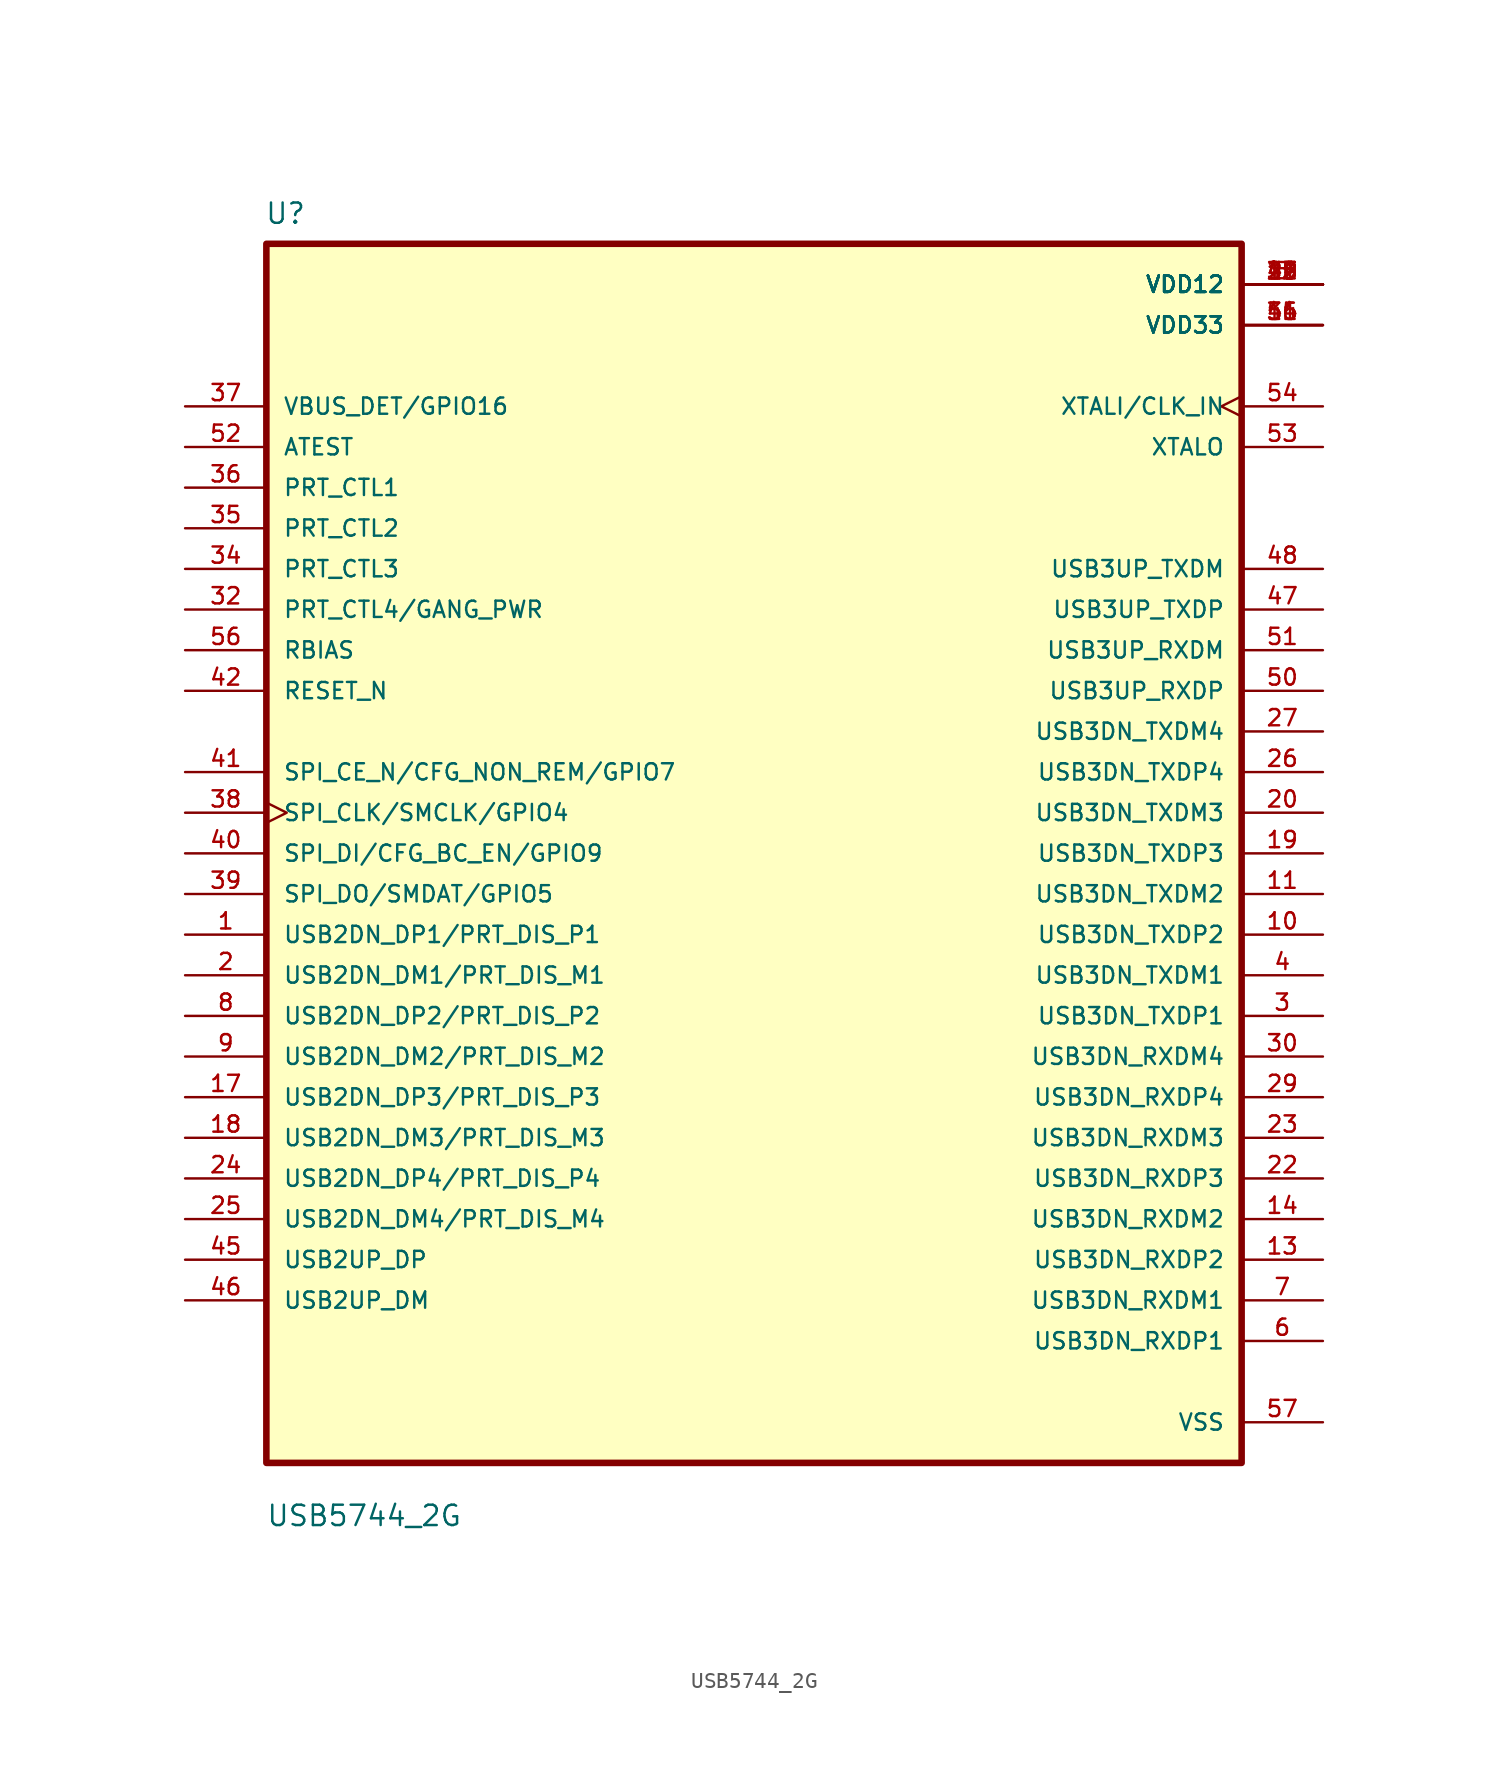
<source format=kicad_sym>
(kicad_symbol_lib
  (version 20211014)
  (generator kicad_symbol_editor)
  (symbol "USB5744_2G"
    (pin_names
      (offset 1.016))
    (property "Reference" "U"
      (at -30.593 39.249 0.0)
      (effects (font (size 1.27 1.27)) (justify bottom left)))
    (property "Value" "USB5744_2G"
      (at -30.514 -42.147 0.0)
      (effects (font (size 1.27 1.27)) (justify bottom left)))
    (symbol "USB5744_2G_0_0"
      (rectangle (start -30.48 -38.1) (end 30.48 38.1) (stroke (width 0.41)) (fill (type background)))
      (pin input line (at -35.56 25.4 0) (length 5.08) (name "ATEST" (effects (font (size 1.016 1.016)))) (number "52" (effects (font (size 1.016 1.016)))))
      (pin input line (at -35.56 22.86 0) (length 5.08) (name "PRT_CTL1" (effects (font (size 1.016 1.016)))) (number "36" (effects (font (size 1.016 1.016)))))
      (pin input line (at -35.56 20.32 0) (length 5.08) (name "PRT_CTL2" (effects (font (size 1.016 1.016)))) (number "35" (effects (font (size 1.016 1.016)))))
      (pin input line (at -35.56 17.78 0) (length 5.08) (name "PRT_CTL3" (effects (font (size 1.016 1.016)))) (number "34" (effects (font (size 1.016 1.016)))))
      (pin input line (at -35.56 15.24 0) (length 5.08) (name "PRT_CTL4/GANG_PWR" (effects (font (size 1.016 1.016)))) (number "32" (effects (font (size 1.016 1.016)))))
      (pin input line (at -35.56 12.7 0) (length 5.08) (name "RBIAS" (effects (font (size 1.016 1.016)))) (number "56" (effects (font (size 1.016 1.016)))))
      (pin input line (at -35.56 10.16 0) (length 5.08) (name "RESET_N" (effects (font (size 1.016 1.016)))) (number "42" (effects (font (size 1.016 1.016)))))
      (pin bidirectional line (at -35.56 27.94 0) (length 5.08) (name "VBUS_DET/GPIO16" (effects (font (size 1.016 1.016)))) (number "37" (effects (font (size 1.016 1.016)))))
      (pin input clock (at 35.56 27.94 180.0) (length 5.08) (name "XTALI/CLK_IN" (effects (font (size 1.016 1.016)))) (number "54" (effects (font (size 1.016 1.016)))))
      (pin bidirectional line (at -35.56 5.08 0) (length 5.08) (name "SPI_CE_N/CFG_NON_REM/GPIO7" (effects (font (size 1.016 1.016)))) (number "41" (effects (font (size 1.016 1.016)))))
      (pin bidirectional clock (at -35.56 2.54 0) (length 5.08) (name "SPI_CLK/SMCLK/GPIO4" (effects (font (size 1.016 1.016)))) (number "38" (effects (font (size 1.016 1.016)))))
      (pin bidirectional line (at -35.56 0.0 0) (length 5.08) (name "SPI_DI/CFG_BC_EN/GPIO9" (effects (font (size 1.016 1.016)))) (number "40" (effects (font (size 1.016 1.016)))))
      (pin bidirectional line (at -35.56 -2.54 0) (length 5.08) (name "SPI_DO/SMDAT/GPIO5" (effects (font (size 1.016 1.016)))) (number "39" (effects (font (size 1.016 1.016)))))
      (pin bidirectional line (at -35.56 -12.7 0) (length 5.08) (name "USB2DN_DM2/PRT_DIS_M2" (effects (font (size 1.016 1.016)))) (number "9" (effects (font (size 1.016 1.016)))))
      (pin bidirectional line (at -35.56 -17.78 0) (length 5.08) (name "USB2DN_DM3/PRT_DIS_M3" (effects (font (size 1.016 1.016)))) (number "18" (effects (font (size 1.016 1.016)))))
      (pin bidirectional line (at -35.56 -22.86 0) (length 5.08) (name "USB2DN_DM4/PRT_DIS_M4" (effects (font (size 1.016 1.016)))) (number "25" (effects (font (size 1.016 1.016)))))
      (pin bidirectional line (at -35.56 -5.08 0) (length 5.08) (name "USB2DN_DP1/PRT_DIS_P1" (effects (font (size 1.016 1.016)))) (number "1" (effects (font (size 1.016 1.016)))))
      (pin bidirectional line (at -35.56 -10.16 0) (length 5.08) (name "USB2DN_DP2/PRT_DIS_P2" (effects (font (size 1.016 1.016)))) (number "8" (effects (font (size 1.016 1.016)))))
      (pin bidirectional line (at -35.56 -15.24 0) (length 5.08) (name "USB2DN_DP3/PRT_DIS_P3" (effects (font (size 1.016 1.016)))) (number "17" (effects (font (size 1.016 1.016)))))
      (pin bidirectional line (at -35.56 -20.32 0) (length 5.08) (name "USB2DN_DP4/PRT_DIS_P4" (effects (font (size 1.016 1.016)))) (number "24" (effects (font (size 1.016 1.016)))))
      (pin bidirectional line (at -35.56 -27.94 0) (length 5.08) (name "USB2UP_DM" (effects (font (size 1.016 1.016)))) (number "46" (effects (font (size 1.016 1.016)))))
      (pin bidirectional line (at -35.56 -25.4 0) (length 5.08) (name "USB2UP_DP" (effects (font (size 1.016 1.016)))) (number "45" (effects (font (size 1.016 1.016)))))
      (pin bidirectional line (at 35.56 -27.94 180.0) (length 5.08) (name "USB3DN_RXDM1" (effects (font (size 1.016 1.016)))) (number "7" (effects (font (size 1.016 1.016)))))
      (pin bidirectional line (at 35.56 -22.86 180.0) (length 5.08) (name "USB3DN_RXDM2" (effects (font (size 1.016 1.016)))) (number "14" (effects (font (size 1.016 1.016)))))
      (pin bidirectional line (at 35.56 -17.78 180.0) (length 5.08) (name "USB3DN_RXDM3" (effects (font (size 1.016 1.016)))) (number "23" (effects (font (size 1.016 1.016)))))
      (pin power_in line (at 35.56 35.56 180.0) (length 5.08) (name "VDD12" (effects (font (size 1.016 1.016)))) (number "5" (effects (font (size 1.016 1.016)))))
      (pin power_in line (at 35.56 35.56 180.0) (length 5.08) (name "VDD12" (effects (font (size 1.016 1.016)))) (number "12" (effects (font (size 1.016 1.016)))))
      (pin power_in line (at 35.56 35.56 180.0) (length 5.08) (name "VDD12" (effects (font (size 1.016 1.016)))) (number "15" (effects (font (size 1.016 1.016)))))
      (pin power_in line (at 35.56 35.56 180.0) (length 5.08) (name "VDD12" (effects (font (size 1.016 1.016)))) (number "21" (effects (font (size 1.016 1.016)))))
      (pin power_in line (at 35.56 35.56 180.0) (length 5.08) (name "VDD12" (effects (font (size 1.016 1.016)))) (number "28" (effects (font (size 1.016 1.016)))))
      (pin power_in line (at 35.56 35.56 180.0) (length 5.08) (name "VDD12" (effects (font (size 1.016 1.016)))) (number "33" (effects (font (size 1.016 1.016)))))
      (pin power_in line (at 35.56 35.56 180.0) (length 5.08) (name "VDD12" (effects (font (size 1.016 1.016)))) (number "43" (effects (font (size 1.016 1.016)))))
      (pin power_in line (at 35.56 35.56 180.0) (length 5.08) (name "VDD12" (effects (font (size 1.016 1.016)))) (number "49" (effects (font (size 1.016 1.016)))))
      (pin power_in line (at 35.56 33.02 180.0) (length 5.08) (name "VDD33" (effects (font (size 1.016 1.016)))) (number "16" (effects (font (size 1.016 1.016)))))
      (pin power_in line (at 35.56 33.02 180.0) (length 5.08) (name "VDD33" (effects (font (size 1.016 1.016)))) (number "31" (effects (font (size 1.016 1.016)))))
      (pin power_in line (at 35.56 33.02 180.0) (length 5.08) (name "VDD33" (effects (font (size 1.016 1.016)))) (number "44" (effects (font (size 1.016 1.016)))))
      (pin power_in line (at 35.56 33.02 180.0) (length 5.08) (name "VDD33" (effects (font (size 1.016 1.016)))) (number "55" (effects (font (size 1.016 1.016)))))
      (pin bidirectional line (at -35.56 -7.62 0) (length 5.08) (name "USB2DN_DM1/PRT_DIS_M1" (effects (font (size 1.016 1.016)))) (number "2" (effects (font (size 1.016 1.016)))))
      (pin output line (at 35.56 25.4 180.0) (length 5.08) (name "XTALO" (effects (font (size 1.016 1.016)))) (number "53" (effects (font (size 1.016 1.016)))))
      (pin bidirectional line (at 35.56 -12.7 180.0) (length 5.08) (name "USB3DN_RXDM4" (effects (font (size 1.016 1.016)))) (number "30" (effects (font (size 1.016 1.016)))))
      (pin bidirectional line (at 35.56 -30.48 180.0) (length 5.08) (name "USB3DN_RXDP1" (effects (font (size 1.016 1.016)))) (number "6" (effects (font (size 1.016 1.016)))))
      (pin bidirectional line (at 35.56 -25.4 180.0) (length 5.08) (name "USB3DN_RXDP2" (effects (font (size 1.016 1.016)))) (number "13" (effects (font (size 1.016 1.016)))))
      (pin bidirectional line (at 35.56 -20.32 180.0) (length 5.08) (name "USB3DN_RXDP3" (effects (font (size 1.016 1.016)))) (number "22" (effects (font (size 1.016 1.016)))))
      (pin bidirectional line (at 35.56 -15.24 180.0) (length 5.08) (name "USB3DN_RXDP4" (effects (font (size 1.016 1.016)))) (number "29" (effects (font (size 1.016 1.016)))))
      (pin bidirectional line (at 35.56 -7.62 180.0) (length 5.08) (name "USB3DN_TXDM1" (effects (font (size 1.016 1.016)))) (number "4" (effects (font (size 1.016 1.016)))))
      (pin bidirectional line (at 35.56 -2.54 180.0) (length 5.08) (name "USB3DN_TXDM2" (effects (font (size 1.016 1.016)))) (number "11" (effects (font (size 1.016 1.016)))))
      (pin bidirectional line (at 35.56 2.54 180.0) (length 5.08) (name "USB3DN_TXDM3" (effects (font (size 1.016 1.016)))) (number "20" (effects (font (size 1.016 1.016)))))
      (pin bidirectional line (at 35.56 7.62 180.0) (length 5.08) (name "USB3DN_TXDM4" (effects (font (size 1.016 1.016)))) (number "27" (effects (font (size 1.016 1.016)))))
      (pin bidirectional line (at 35.56 -10.16 180.0) (length 5.08) (name "USB3DN_TXDP1" (effects (font (size 1.016 1.016)))) (number "3" (effects (font (size 1.016 1.016)))))
      (pin bidirectional line (at 35.56 -5.08 180.0) (length 5.08) (name "USB3DN_TXDP2" (effects (font (size 1.016 1.016)))) (number "10" (effects (font (size 1.016 1.016)))))
      (pin bidirectional line (at 35.56 0.0 180.0) (length 5.08) (name "USB3DN_TXDP3" (effects (font (size 1.016 1.016)))) (number "19" (effects (font (size 1.016 1.016)))))
      (pin bidirectional line (at 35.56 5.08 180.0) (length 5.08) (name "USB3DN_TXDP4" (effects (font (size 1.016 1.016)))) (number "26" (effects (font (size 1.016 1.016)))))
      (pin bidirectional line (at 35.56 12.7 180.0) (length 5.08) (name "USB3UP_RXDM" (effects (font (size 1.016 1.016)))) (number "51" (effects (font (size 1.016 1.016)))))
      (pin bidirectional line (at 35.56 10.16 180.0) (length 5.08) (name "USB3UP_RXDP" (effects (font (size 1.016 1.016)))) (number "50" (effects (font (size 1.016 1.016)))))
      (pin bidirectional line (at 35.56 17.78 180.0) (length 5.08) (name "USB3UP_TXDM" (effects (font (size 1.016 1.016)))) (number "48" (effects (font (size 1.016 1.016)))))
      (pin bidirectional line (at 35.56 15.24 180.0) (length 5.08) (name "USB3UP_TXDP" (effects (font (size 1.016 1.016)))) (number "47" (effects (font (size 1.016 1.016)))))
      (pin power_in line (at 35.56 -35.56 180.0) (length 5.08) (name "VSS" (effects (font (size 1.016 1.016)))) (number "57" (effects (font (size 1.016 1.016))))))))
</source>
